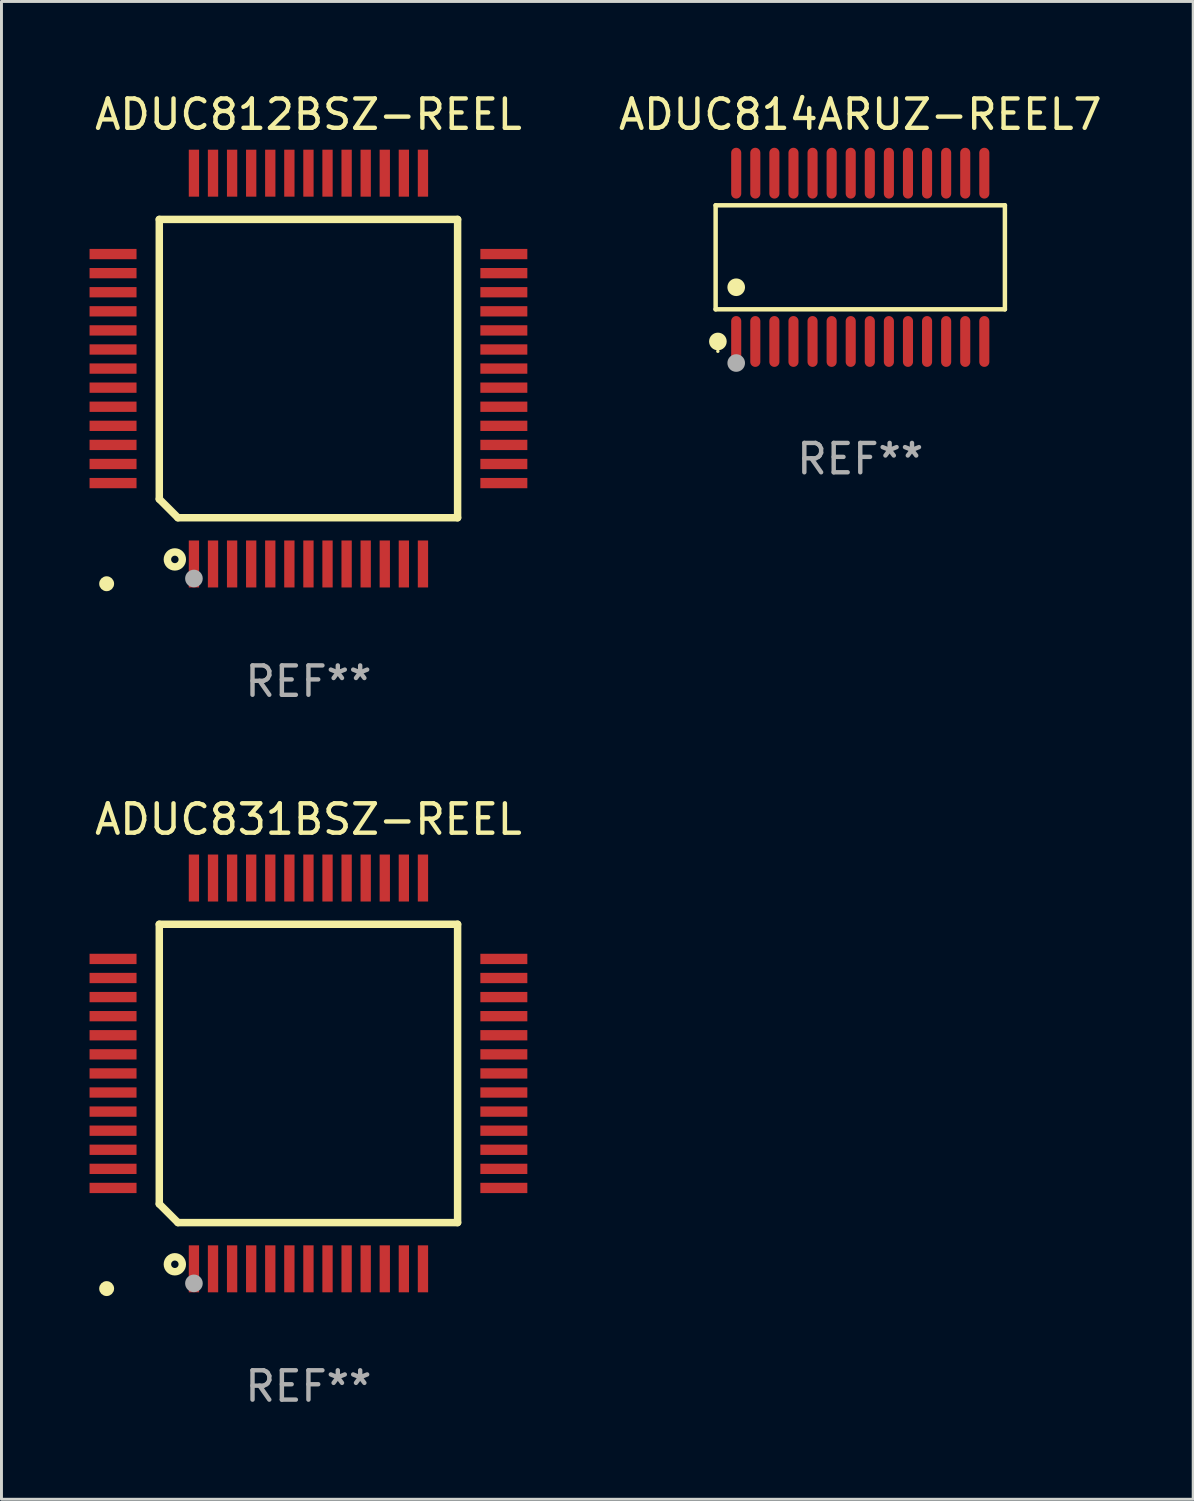
<source format=kicad_pcb>
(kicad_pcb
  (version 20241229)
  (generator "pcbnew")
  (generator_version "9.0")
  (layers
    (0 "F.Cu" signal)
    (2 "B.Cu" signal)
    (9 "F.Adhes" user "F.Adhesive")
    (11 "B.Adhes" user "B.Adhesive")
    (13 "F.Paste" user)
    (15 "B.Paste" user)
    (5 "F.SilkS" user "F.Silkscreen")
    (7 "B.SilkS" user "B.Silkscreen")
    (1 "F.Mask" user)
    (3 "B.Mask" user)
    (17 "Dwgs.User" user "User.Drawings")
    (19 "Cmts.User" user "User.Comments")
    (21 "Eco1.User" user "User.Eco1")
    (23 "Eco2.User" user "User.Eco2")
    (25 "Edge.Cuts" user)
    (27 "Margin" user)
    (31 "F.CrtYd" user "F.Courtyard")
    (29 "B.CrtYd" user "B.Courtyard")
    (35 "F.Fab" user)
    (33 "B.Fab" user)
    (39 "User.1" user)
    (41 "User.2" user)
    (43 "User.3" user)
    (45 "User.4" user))
  (footprint "ADUC812BSZ-REEL"
    (layer "F.Cu")
    (at 7.455 9.503)
    (property "Reference" "ADUC812BSZ-REEL" (at 0 -8.655 0) (layer "F.SilkS") (effects (font (size 1 1) (thickness 0.15))))
    (attr through_hole)
    (fp_line (start -5.08 -5.08) (end 5.08 -5.08) (stroke (width 0.254) (type solid)) (layer "F.SilkS"))
    (fp_line (start -5.08 4.445) (end -5.08 -5.08) (stroke (width 0.254) (type solid)) (layer "F.SilkS"))
    (fp_line (start -4.445 5.08) (end -5.08 4.445) (stroke (width 0.254) (type solid)) (layer "F.SilkS"))
    (fp_line (start 5.08 -5.08) (end 5.08 5.08) (stroke (width 0.254) (type solid)) (layer "F.SilkS"))
    (fp_line (start 5.08 5.08) (end -4.445 5.08) (stroke (width 0.254) (type solid)) (layer "F.SilkS"))
    (fp_circle (center -6.873 7.328) (end -6.746 7.328) (stroke (width 0.254) (type solid)) (fill no) (layer "F.SilkS"))
    (fp_circle (center -4.55 6.5) (end -4.296 6.5) (stroke (width 0.254) (type solid)) (fill no) (layer "F.SilkS"))
    (fp_circle (center -3.9 7.15) (end -3.75 7.15) (stroke (width 0.3) (type solid)) (fill no) (layer "F.Fab"))
    (fp_text user "REF**" (at 0 10.655 0) (layer "F.Fab") (effects (font (size 1 1) (thickness 0.15))))
    (pad "1" smd rect (at -3.9 6.655 90) (size 1.6 0.351) (layers "F.Cu" "F.Mask" "F.Paste"))
    (pad "2" smd rect (at -3.25 6.655 90) (size 1.6 0.351) (layers "F.Cu" "F.Mask" "F.Paste"))
    (pad "3" smd rect (at -2.6 6.655 90) (size 1.6 0.351) (layers "F.Cu" "F.Mask" "F.Paste"))
    (pad "4" smd rect (at -1.95 6.655 90) (size 1.6 0.351) (layers "F.Cu" "F.Mask" "F.Paste"))
    (pad "5" smd rect (at -1.3 6.655 90) (size 1.6 0.351) (layers "F.Cu" "F.Mask" "F.Paste"))
    (pad "6" smd rect (at -0.65 6.655 90) (size 1.6 0.351) (layers "F.Cu" "F.Mask" "F.Paste"))
    (pad "7" smd rect (at 0 6.655 90) (size 1.6 0.351) (layers "F.Cu" "F.Mask" "F.Paste"))
    (pad "8" smd rect (at 0.65 6.655 90) (size 1.6 0.351) (layers "F.Cu" "F.Mask" "F.Paste"))
    (pad "9" smd rect (at 1.3 6.655 90) (size 1.6 0.351) (layers "F.Cu" "F.Mask" "F.Paste"))
    (pad "10" smd rect (at 1.95 6.655 90) (size 1.6 0.351) (layers "F.Cu" "F.Mask" "F.Paste"))
    (pad "11" smd rect (at 2.6 6.655 90) (size 1.6 0.351) (layers "F.Cu" "F.Mask" "F.Paste"))
    (pad "12" smd rect (at 3.25 6.655 90) (size 1.6 0.351) (layers "F.Cu" "F.Mask" "F.Paste"))
    (pad "13" smd rect (at 3.9 6.655 90) (size 1.6 0.351) (layers "F.Cu" "F.Mask" "F.Paste"))
    (pad "14" smd rect (at 6.655 3.9 180) (size 1.6 0.351) (layers "F.Cu" "F.Mask" "F.Paste"))
    (pad "15" smd rect (at 6.655 3.25 180) (size 1.6 0.351) (layers "F.Cu" "F.Mask" "F.Paste"))
    (pad "16" smd rect (at 6.655 2.6 180) (size 1.6 0.351) (layers "F.Cu" "F.Mask" "F.Paste"))
    (pad "17" smd rect (at 6.655 1.95 180) (size 1.6 0.351) (layers "F.Cu" "F.Mask" "F.Paste"))
    (pad "18" smd rect (at 6.655 1.3 180) (size 1.6 0.351) (layers "F.Cu" "F.Mask" "F.Paste"))
    (pad "19" smd rect (at 6.655 0.65 180) (size 1.6 0.351) (layers "F.Cu" "F.Mask" "F.Paste"))
    (pad "20" smd rect (at 6.655 0 180) (size 1.6 0.351) (layers "F.Cu" "F.Mask" "F.Paste"))
    (pad "21" smd rect (at 6.655 -0.65 180) (size 1.6 0.351) (layers "F.Cu" "F.Mask" "F.Paste"))
    (pad "22" smd rect (at 6.655 -1.3 180) (size 1.6 0.351) (layers "F.Cu" "F.Mask" "F.Paste"))
    (pad "23" smd rect (at 6.655 -1.95 180) (size 1.6 0.351) (layers "F.Cu" "F.Mask" "F.Paste"))
    (pad "24" smd rect (at 6.655 -2.6 180) (size 1.6 0.351) (layers "F.Cu" "F.Mask" "F.Paste"))
    (pad "25" smd rect (at 6.655 -3.25 180) (size 1.6 0.351) (layers "F.Cu" "F.Mask" "F.Paste"))
    (pad "26" smd rect (at 6.655 -3.9 180) (size 1.6 0.351) (layers "F.Cu" "F.Mask" "F.Paste"))
    (pad "27" smd rect (at 3.9 -6.655 270) (size 1.6 0.351) (layers "F.Cu" "F.Mask" "F.Paste"))
    (pad "28" smd rect (at 3.25 -6.655 270) (size 1.6 0.351) (layers "F.Cu" "F.Mask" "F.Paste"))
    (pad "29" smd rect (at 2.6 -6.655 270) (size 1.6 0.351) (layers "F.Cu" "F.Mask" "F.Paste"))
    (pad "30" smd rect (at 1.95 -6.655 270) (size 1.6 0.351) (layers "F.Cu" "F.Mask" "F.Paste"))
    (pad "31" smd rect (at 1.3 -6.655 270) (size 1.6 0.351) (layers "F.Cu" "F.Mask" "F.Paste"))
    (pad "32" smd rect (at 0.65 -6.655 270) (size 1.6 0.351) (layers "F.Cu" "F.Mask" "F.Paste"))
    (pad "33" smd rect (at 0 -6.655 270) (size 1.6 0.351) (layers "F.Cu" "F.Mask" "F.Paste"))
    (pad "34" smd rect (at -0.65 -6.655 270) (size 1.6 0.351) (layers "F.Cu" "F.Mask" "F.Paste"))
    (pad "35" smd rect (at -1.3 -6.655 270) (size 1.6 0.351) (layers "F.Cu" "F.Mask" "F.Paste"))
    (pad "36" smd rect (at -1.95 -6.655 270) (size 1.6 0.351) (layers "F.Cu" "F.Mask" "F.Paste"))
    (pad "37" smd rect (at -2.6 -6.655 270) (size 1.6 0.351) (layers "F.Cu" "F.Mask" "F.Paste"))
    (pad "38" smd rect (at -3.25 -6.655 270) (size 1.6 0.351) (layers "F.Cu" "F.Mask" "F.Paste"))
    (pad "39" smd rect (at -3.9 -6.655 270) (size 1.6 0.351) (layers "F.Cu" "F.Mask" "F.Paste"))
    (pad "40" smd rect (at -6.655 -3.9) (size 1.6 0.351) (layers "F.Cu" "F.Mask" "F.Paste"))
    (pad "41" smd rect (at -6.655 -3.25) (size 1.6 0.351) (layers "F.Cu" "F.Mask" "F.Paste"))
    (pad "42" smd rect (at -6.655 -2.6) (size 1.6 0.351) (layers "F.Cu" "F.Mask" "F.Paste"))
    (pad "43" smd rect (at -6.655 -1.95) (size 1.6 0.351) (layers "F.Cu" "F.Mask" "F.Paste"))
    (pad "44" smd rect (at -6.655 -1.3) (size 1.6 0.351) (layers "F.Cu" "F.Mask" "F.Paste"))
    (pad "45" smd rect (at -6.655 -0.65) (size 1.6 0.351) (layers "F.Cu" "F.Mask" "F.Paste"))
    (pad "46" smd rect (at -6.655 0) (size 1.6 0.351) (layers "F.Cu" "F.Mask" "F.Paste"))
    (pad "47" smd rect (at -6.655 0.65) (size 1.6 0.351) (layers "F.Cu" "F.Mask" "F.Paste"))
    (pad "48" smd rect (at -6.655 1.3) (size 1.6 0.351) (layers "F.Cu" "F.Mask" "F.Paste"))
    (pad "49" smd rect (at -6.655 1.95) (size 1.6 0.351) (layers "F.Cu" "F.Mask" "F.Paste"))
    (pad "50" smd rect (at -6.655 2.6) (size 1.6 0.351) (layers "F.Cu" "F.Mask" "F.Paste"))
    (pad "51" smd rect (at -6.655 3.25) (size 1.6 0.351) (layers "F.Cu" "F.Mask" "F.Paste"))
    (pad "52" smd rect (at -6.655 3.9) (size 1.6 0.351) (layers "F.Cu" "F.Mask" "F.Paste")))
  (footprint "ADUC814ARUZ-REEL7"
    (layer "F.Cu")
    (at 26.249 5.714)
    (property "Reference" "ADUC814ARUZ-REEL7" (at 0 -4.866 0) (layer "F.SilkS") (effects (font (size 1 1) (thickness 0.15))))
    (attr through_hole)
    (fp_line (start -4.926 -1.772) (end 4.926 -1.772) (stroke (width 0.152) (type solid)) (layer "F.SilkS"))
    (fp_line (start -4.926 1.771) (end -4.926 -1.772) (stroke (width 0.152) (type solid)) (layer "F.SilkS"))
    (fp_line (start 4.926 -1.772) (end 4.926 1.771) (stroke (width 0.152) (type solid)) (layer "F.SilkS"))
    (fp_line (start 4.926 1.771) (end -4.926 1.771) (stroke (width 0.152) (type solid)) (layer "F.SilkS"))
    (fp_circle (center -4.85 3.2) (end -4.82 3.2) (stroke (width 0.06) (type solid)) (fill no) (layer "F.SilkS"))
    (fp_circle (center -4.849 2.866) (end -4.699 2.866) (stroke (width 0.3) (type solid)) (fill no) (layer "F.SilkS"))
    (fp_circle (center -4.225 1.019) (end -4.075 1.019) (stroke (width 0.3) (type solid)) (fill no) (layer "F.SilkS"))
    (fp_circle (center -4.225 3.6) (end -4.075 3.6) (stroke (width 0.3) (type solid)) (fill no) (layer "F.Fab"))
    (fp_text user "REF**" (at 0 6.866 0) (layer "F.Fab") (effects (font (size 1 1) (thickness 0.15))))
    (pad "1" smd oval (at -4.225 2.866) (size 0.343 1.731) (layers "F.Cu" "F.Mask" "F.Paste"))
    (pad "2" smd oval (at -3.575 2.866) (size 0.343 1.731) (layers "F.Cu" "F.Mask" "F.Paste"))
    (pad "3" smd oval (at -2.925 2.866) (size 0.343 1.731) (layers "F.Cu" "F.Mask" "F.Paste"))
    (pad "4" smd oval (at -2.275 2.866) (size 0.343 1.731) (layers "F.Cu" "F.Mask" "F.Paste"))
    (pad "5" smd oval (at -1.625 2.866) (size 0.343 1.731) (layers "F.Cu" "F.Mask" "F.Paste"))
    (pad "6" smd oval (at -0.975 2.866) (size 0.343 1.731) (layers "F.Cu" "F.Mask" "F.Paste"))
    (pad "7" smd oval (at -0.325 2.866) (size 0.343 1.731) (layers "F.Cu" "F.Mask" "F.Paste"))
    (pad "8" smd oval (at 0.325 2.866) (size 0.343 1.731) (layers "F.Cu" "F.Mask" "F.Paste"))
    (pad "9" smd oval (at 0.975 2.866) (size 0.343 1.731) (layers "F.Cu" "F.Mask" "F.Paste"))
    (pad "10" smd oval (at 1.625 2.866) (size 0.343 1.731) (layers "F.Cu" "F.Mask" "F.Paste"))
    (pad "11" smd oval (at 2.275 2.866) (size 0.343 1.731) (layers "F.Cu" "F.Mask" "F.Paste"))
    (pad "12" smd oval (at 2.925 2.866) (size 0.343 1.731) (layers "F.Cu" "F.Mask" "F.Paste"))
    (pad "13" smd oval (at 3.575 2.866) (size 0.343 1.731) (layers "F.Cu" "F.Mask" "F.Paste"))
    (pad "14" smd oval (at 4.225 2.866) (size 0.343 1.731) (layers "F.Cu" "F.Mask" "F.Paste"))
    (pad "15" smd oval (at 4.225 -2.866) (size 0.343 1.731) (layers "F.Cu" "F.Mask" "F.Paste"))
    (pad "16" smd oval (at 3.575 -2.866) (size 0.343 1.731) (layers "F.Cu" "F.Mask" "F.Paste"))
    (pad "17" smd oval (at 2.925 -2.866) (size 0.343 1.731) (layers "F.Cu" "F.Mask" "F.Paste"))
    (pad "18" smd oval (at 2.275 -2.866) (size 0.343 1.731) (layers "F.Cu" "F.Mask" "F.Paste"))
    (pad "19" smd oval (at 1.625 -2.866) (size 0.343 1.731) (layers "F.Cu" "F.Mask" "F.Paste"))
    (pad "20" smd oval (at 0.975 -2.866) (size 0.343 1.731) (layers "F.Cu" "F.Mask" "F.Paste"))
    (pad "21" smd oval (at 0.325 -2.866) (size 0.343 1.731) (layers "F.Cu" "F.Mask" "F.Paste"))
    (pad "22" smd oval (at -0.325 -2.866) (size 0.343 1.731) (layers "F.Cu" "F.Mask" "F.Paste"))
    (pad "23" smd oval (at -0.975 -2.866) (size 0.343 1.731) (layers "F.Cu" "F.Mask" "F.Paste"))
    (pad "24" smd oval (at -1.625 -2.866) (size 0.343 1.731) (layers "F.Cu" "F.Mask" "F.Paste"))
    (pad "25" smd oval (at -2.275 -2.866) (size 0.343 1.731) (layers "F.Cu" "F.Mask" "F.Paste"))
    (pad "26" smd oval (at -2.925 -2.866) (size 0.343 1.731) (layers "F.Cu" "F.Mask" "F.Paste"))
    (pad "27" smd oval (at -3.575 -2.866) (size 0.343 1.731) (layers "F.Cu" "F.Mask" "F.Paste"))
    (pad "28" smd oval (at -4.225 -2.866) (size 0.343 1.731) (layers "F.Cu" "F.Mask" "F.Paste")))
  (footprint "ADUC831BSZ-REEL"
    (layer "F.Cu")
    (at 7.455 33.509)
    (property "Reference" "ADUC831BSZ-REEL" (at 0 -8.655 0) (layer "F.SilkS") (effects (font (size 1 1) (thickness 0.15))))
    (attr through_hole)
    (fp_line (start -5.08 -5.08) (end 5.08 -5.08) (stroke (width 0.254) (type solid)) (layer "F.SilkS"))
    (fp_line (start -5.08 4.445) (end -5.08 -5.08) (stroke (width 0.254) (type solid)) (layer "F.SilkS"))
    (fp_line (start -4.445 5.08) (end -5.08 4.445) (stroke (width 0.254) (type solid)) (layer "F.SilkS"))
    (fp_line (start 5.08 -5.08) (end 5.08 5.08) (stroke (width 0.254) (type solid)) (layer "F.SilkS"))
    (fp_line (start 5.08 5.08) (end -4.445 5.08) (stroke (width 0.254) (type solid)) (layer "F.SilkS"))
    (fp_circle (center -6.873 7.328) (end -6.746 7.328) (stroke (width 0.254) (type solid)) (fill no) (layer "F.SilkS"))
    (fp_circle (center -4.55 6.5) (end -4.296 6.5) (stroke (width 0.254) (type solid)) (fill no) (layer "F.SilkS"))
    (fp_circle (center -3.9 7.15) (end -3.75 7.15) (stroke (width 0.3) (type solid)) (fill no) (layer "F.Fab"))
    (fp_text user "REF**" (at 0 10.655 0) (layer "F.Fab") (effects (font (size 1 1) (thickness 0.15))))
    (pad "1" smd rect (at -3.9 6.655 90) (size 1.6 0.351) (layers "F.Cu" "F.Mask" "F.Paste"))
    (pad "2" smd rect (at -3.25 6.655 90) (size 1.6 0.351) (layers "F.Cu" "F.Mask" "F.Paste"))
    (pad "3" smd rect (at -2.6 6.655 90) (size 1.6 0.351) (layers "F.Cu" "F.Mask" "F.Paste"))
    (pad "4" smd rect (at -1.95 6.655 90) (size 1.6 0.351) (layers "F.Cu" "F.Mask" "F.Paste"))
    (pad "5" smd rect (at -1.3 6.655 90) (size 1.6 0.351) (layers "F.Cu" "F.Mask" "F.Paste"))
    (pad "6" smd rect (at -0.65 6.655 90) (size 1.6 0.351) (layers "F.Cu" "F.Mask" "F.Paste"))
    (pad "7" smd rect (at 0 6.655 90) (size 1.6 0.351) (layers "F.Cu" "F.Mask" "F.Paste"))
    (pad "8" smd rect (at 0.65 6.655 90) (size 1.6 0.351) (layers "F.Cu" "F.Mask" "F.Paste"))
    (pad "9" smd rect (at 1.3 6.655 90) (size 1.6 0.351) (layers "F.Cu" "F.Mask" "F.Paste"))
    (pad "10" smd rect (at 1.95 6.655 90) (size 1.6 0.351) (layers "F.Cu" "F.Mask" "F.Paste"))
    (pad "11" smd rect (at 2.6 6.655 90) (size 1.6 0.351) (layers "F.Cu" "F.Mask" "F.Paste"))
    (pad "12" smd rect (at 3.25 6.655 90) (size 1.6 0.351) (layers "F.Cu" "F.Mask" "F.Paste"))
    (pad "13" smd rect (at 3.9 6.655 90) (size 1.6 0.351) (layers "F.Cu" "F.Mask" "F.Paste"))
    (pad "14" smd rect (at 6.655 3.9 180) (size 1.6 0.351) (layers "F.Cu" "F.Mask" "F.Paste"))
    (pad "15" smd rect (at 6.655 3.25 180) (size 1.6 0.351) (layers "F.Cu" "F.Mask" "F.Paste"))
    (pad "16" smd rect (at 6.655 2.6 180) (size 1.6 0.351) (layers "F.Cu" "F.Mask" "F.Paste"))
    (pad "17" smd rect (at 6.655 1.95 180) (size 1.6 0.351) (layers "F.Cu" "F.Mask" "F.Paste"))
    (pad "18" smd rect (at 6.655 1.3 180) (size 1.6 0.351) (layers "F.Cu" "F.Mask" "F.Paste"))
    (pad "19" smd rect (at 6.655 0.65 180) (size 1.6 0.351) (layers "F.Cu" "F.Mask" "F.Paste"))
    (pad "20" smd rect (at 6.655 0 180) (size 1.6 0.351) (layers "F.Cu" "F.Mask" "F.Paste"))
    (pad "21" smd rect (at 6.655 -0.65 180) (size 1.6 0.351) (layers "F.Cu" "F.Mask" "F.Paste"))
    (pad "22" smd rect (at 6.655 -1.3 180) (size 1.6 0.351) (layers "F.Cu" "F.Mask" "F.Paste"))
    (pad "23" smd rect (at 6.655 -1.95 180) (size 1.6 0.351) (layers "F.Cu" "F.Mask" "F.Paste"))
    (pad "24" smd rect (at 6.655 -2.6 180) (size 1.6 0.351) (layers "F.Cu" "F.Mask" "F.Paste"))
    (pad "25" smd rect (at 6.655 -3.25 180) (size 1.6 0.351) (layers "F.Cu" "F.Mask" "F.Paste"))
    (pad "26" smd rect (at 6.655 -3.9 180) (size 1.6 0.351) (layers "F.Cu" "F.Mask" "F.Paste"))
    (pad "27" smd rect (at 3.9 -6.655 270) (size 1.6 0.351) (layers "F.Cu" "F.Mask" "F.Paste"))
    (pad "28" smd rect (at 3.25 -6.655 270) (size 1.6 0.351) (layers "F.Cu" "F.Mask" "F.Paste"))
    (pad "29" smd rect (at 2.6 -6.655 270) (size 1.6 0.351) (layers "F.Cu" "F.Mask" "F.Paste"))
    (pad "30" smd rect (at 1.95 -6.655 270) (size 1.6 0.351) (layers "F.Cu" "F.Mask" "F.Paste"))
    (pad "31" smd rect (at 1.3 -6.655 270) (size 1.6 0.351) (layers "F.Cu" "F.Mask" "F.Paste"))
    (pad "32" smd rect (at 0.65 -6.655 270) (size 1.6 0.351) (layers "F.Cu" "F.Mask" "F.Paste"))
    (pad "33" smd rect (at 0 -6.655 270) (size 1.6 0.351) (layers "F.Cu" "F.Mask" "F.Paste"))
    (pad "34" smd rect (at -0.65 -6.655 270) (size 1.6 0.351) (layers "F.Cu" "F.Mask" "F.Paste"))
    (pad "35" smd rect (at -1.3 -6.655 270) (size 1.6 0.351) (layers "F.Cu" "F.Mask" "F.Paste"))
    (pad "36" smd rect (at -1.95 -6.655 270) (size 1.6 0.351) (layers "F.Cu" "F.Mask" "F.Paste"))
    (pad "37" smd rect (at -2.6 -6.655 270) (size 1.6 0.351) (layers "F.Cu" "F.Mask" "F.Paste"))
    (pad "38" smd rect (at -3.25 -6.655 270) (size 1.6 0.351) (layers "F.Cu" "F.Mask" "F.Paste"))
    (pad "39" smd rect (at -3.9 -6.655 270) (size 1.6 0.351) (layers "F.Cu" "F.Mask" "F.Paste"))
    (pad "40" smd rect (at -6.655 -3.9) (size 1.6 0.351) (layers "F.Cu" "F.Mask" "F.Paste"))
    (pad "41" smd rect (at -6.655 -3.25) (size 1.6 0.351) (layers "F.Cu" "F.Mask" "F.Paste"))
    (pad "42" smd rect (at -6.655 -2.6) (size 1.6 0.351) (layers "F.Cu" "F.Mask" "F.Paste"))
    (pad "43" smd rect (at -6.655 -1.95) (size 1.6 0.351) (layers "F.Cu" "F.Mask" "F.Paste"))
    (pad "44" smd rect (at -6.655 -1.3) (size 1.6 0.351) (layers "F.Cu" "F.Mask" "F.Paste"))
    (pad "45" smd rect (at -6.655 -0.65) (size 1.6 0.351) (layers "F.Cu" "F.Mask" "F.Paste"))
    (pad "46" smd rect (at -6.655 0) (size 1.6 0.351) (layers "F.Cu" "F.Mask" "F.Paste"))
    (pad "47" smd rect (at -6.655 0.65) (size 1.6 0.351) (layers "F.Cu" "F.Mask" "F.Paste"))
    (pad "48" smd rect (at -6.655 1.3) (size 1.6 0.351) (layers "F.Cu" "F.Mask" "F.Paste"))
    (pad "49" smd rect (at -6.655 1.95) (size 1.6 0.351) (layers "F.Cu" "F.Mask" "F.Paste"))
    (pad "50" smd rect (at -6.655 2.6) (size 1.6 0.351) (layers "F.Cu" "F.Mask" "F.Paste"))
    (pad "51" smd rect (at -6.655 3.25) (size 1.6 0.351) (layers "F.Cu" "F.Mask" "F.Paste"))
    (pad "52" smd rect (at -6.655 3.9) (size 1.6 0.351) (layers "F.Cu" "F.Mask" "F.Paste")))
  (gr_rect
    (start -3 -3)
    (end 37.588 48.012)
    (stroke (width 0.1) (type default))
    (fill no)
    (layer "Edge.Cuts")))
</source>
